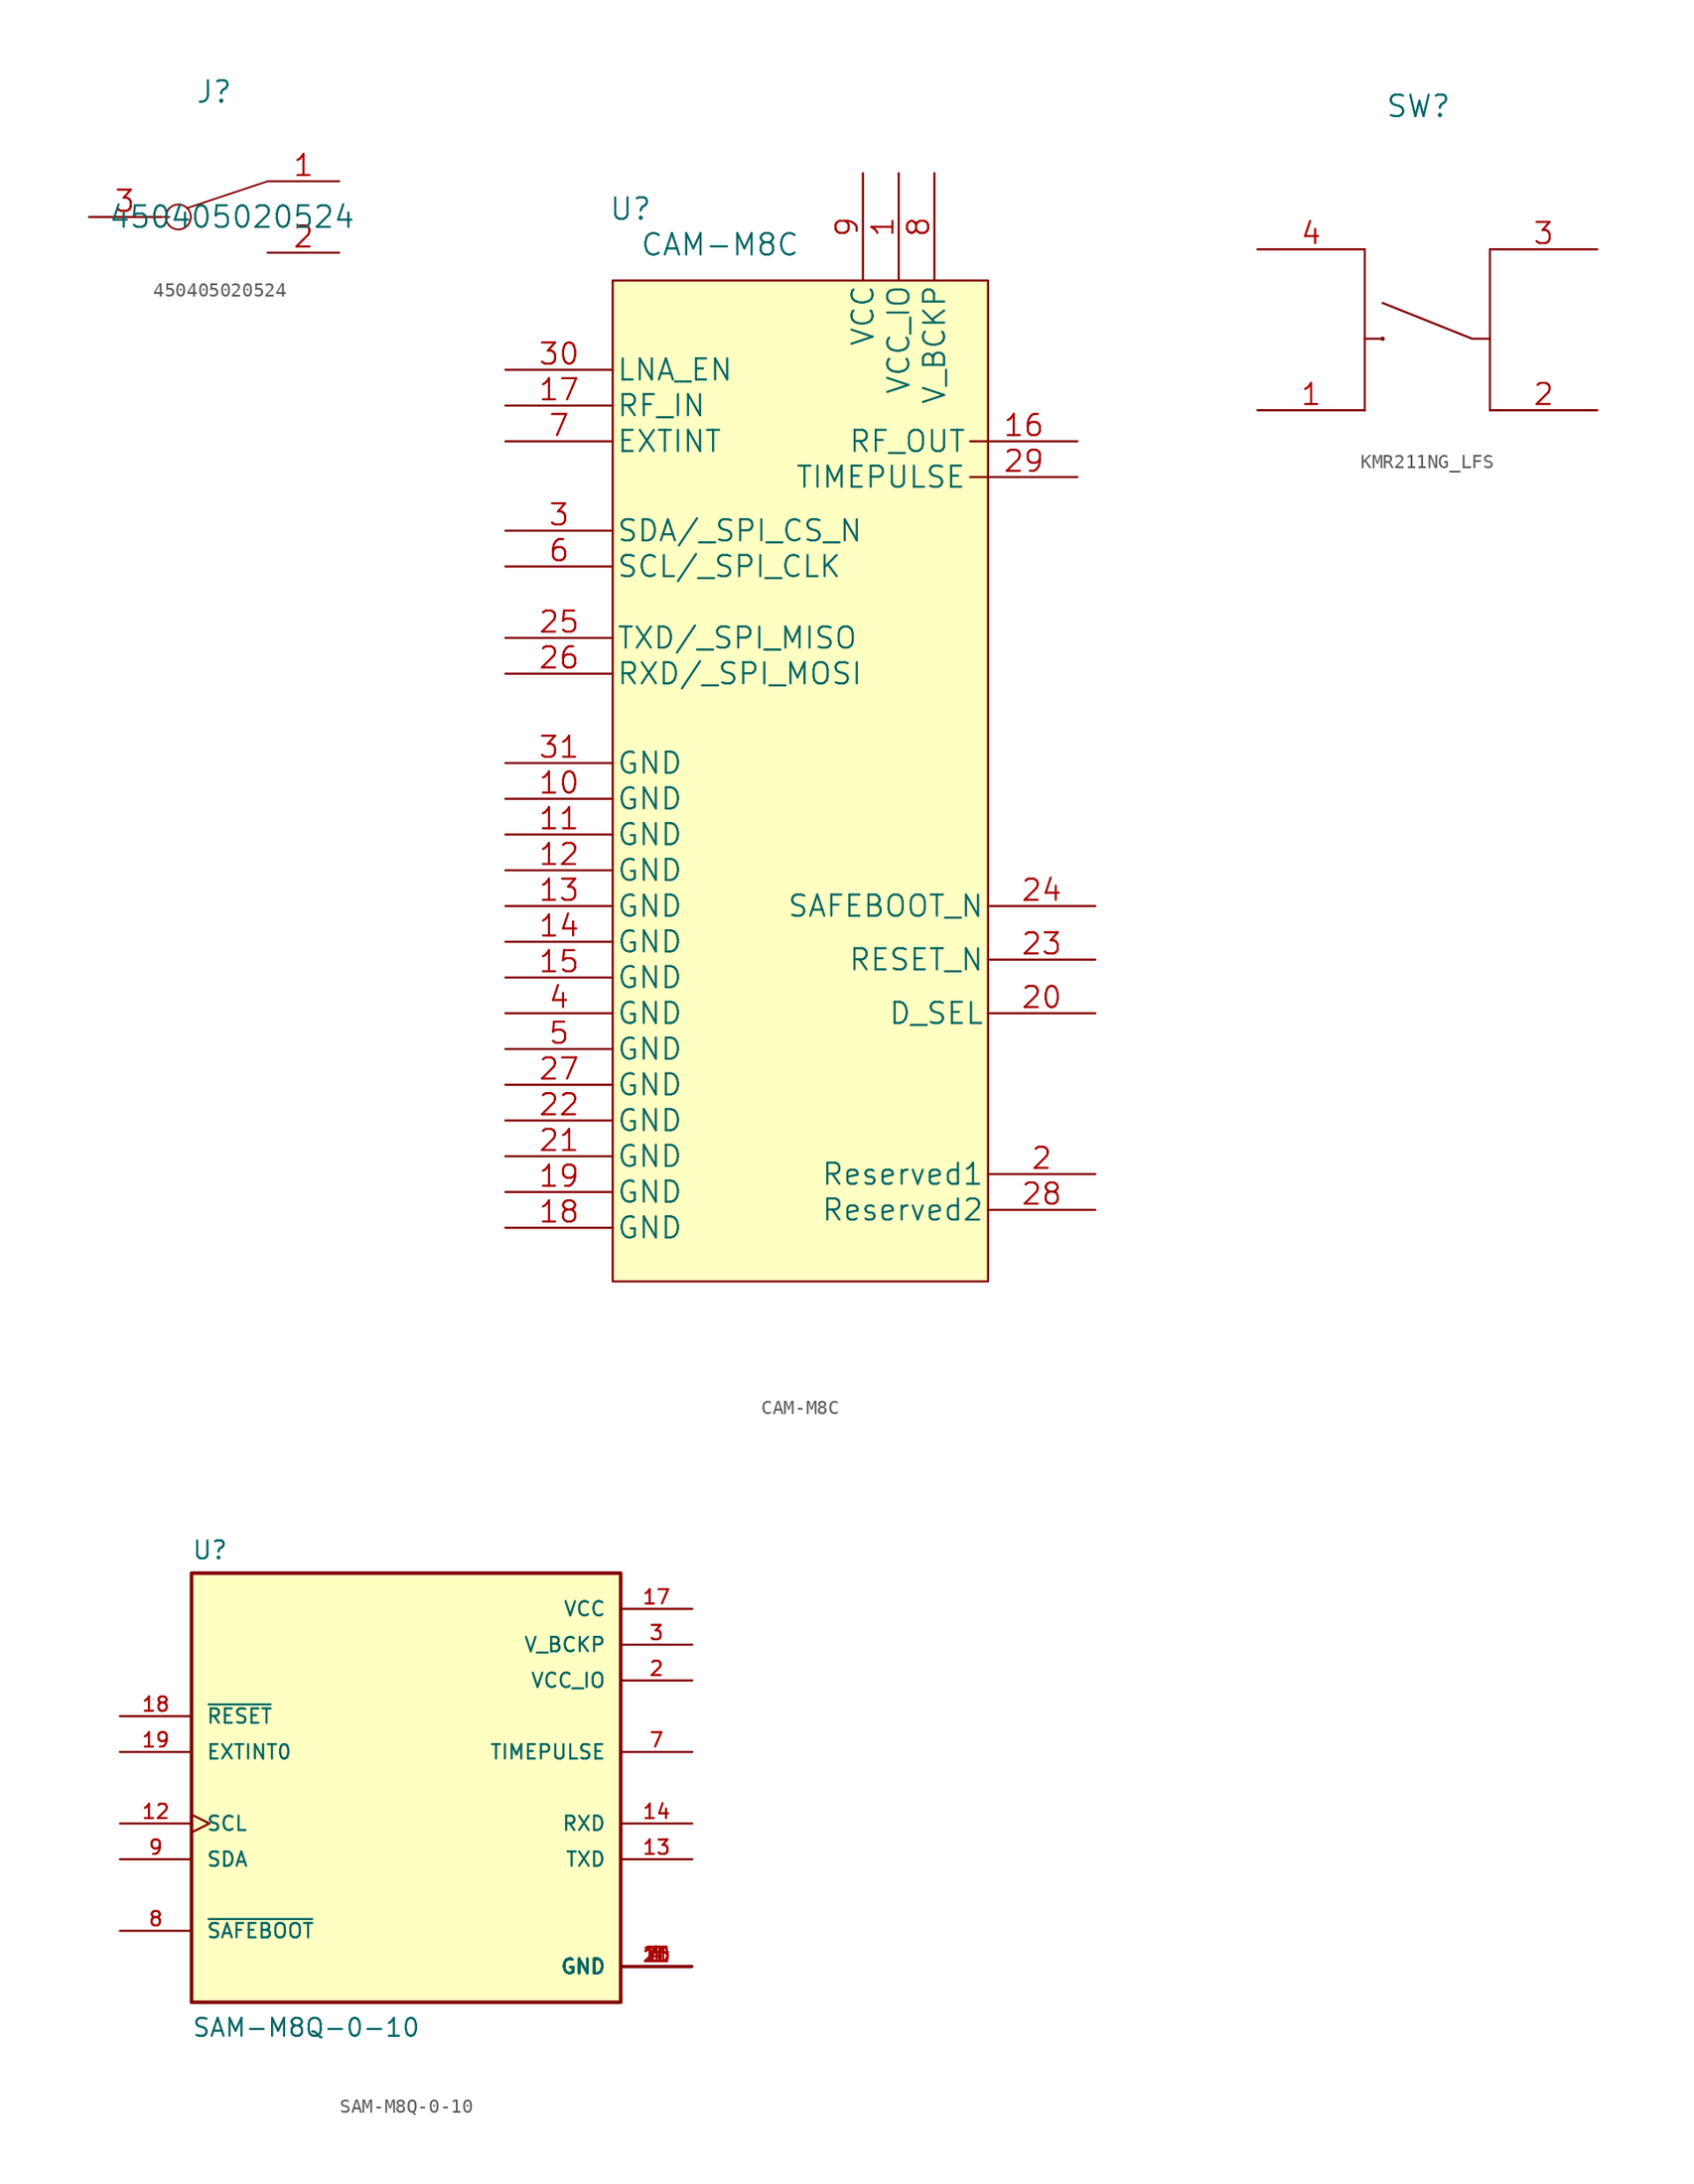
<source format=kicad_sym>
(kicad_symbol_lib
  (version 20220914)
  (generator kicad_symbol_editor)
  (symbol "450405020524"
    (pin_names
      (offset -0.254) hide)
    (property "Reference" "J"
      (at 8.89 8.89 0)
      (effects (font (size 1.524 1.524))))
    (property "Value" "450405020524"
      (at 10.16 0 0)
      (effects (font (size 1.524 1.524))))
    (property "Datasheet" ""
      (at 0 0 0)
      (effects (font (size 1.524 1.524))))
    (property "ki_locked" ""
      (at 0 0 0)
      (effects (font (size 1.27 1.27))))
    (symbol "450405020524_1_1"
      (polyline (pts (xy 5.08 0) (xy 5.715 0)) (stroke (width 0.127) (type default)) (fill (type none)))
      (polyline (pts (xy 6.985 0.635) (xy 12.7 2.54)) (stroke (width 0.127) (type default)) (fill (type none)))
      (circle (center 6.35 0) (radius 0.889) (stroke (width 0.127) (type default)) (fill (type none)))
      (pin unspecified line (at 17.78 2.54 180) (length 5.08) (name "1" (effects (font (size 1.499 1.499)))) (number "1" (effects (font (size 1.499 1.499)))))
      (pin unspecified line (at 17.78 -2.54 180) (length 5.08) (name "2" (effects (font (size 1.499 1.499)))) (number "2" (effects (font (size 1.499 1.499)))))
      (pin unspecified line (at 0 0 0) (length 5.08) (name "3" (effects (font (size 1.499 1.499)))) (number "3" (effects (font (size 1.499 1.499)))))))
  (symbol "CAM-M8C"
    (pin_names
      (offset 0.254))
    (property "Reference" "U"
      (at 1.27 5.08 0)
      (effects (font (size 1.524 1.524))))
    (property "Value" "CAM-M8C"
      (at 7.62 2.54 0)
      (effects (font (size 1.524 1.524))))
    (symbol "CAM-M8C_1_1"
      (rectangle (start 0 0) (end 26.67 -71.12) (stroke (width 0.152) (type default)) (fill (type background)))
      (pin power_in line (at 20.32 7.62 270) (length 7.62) (name "VCC_IO" (effects (font (size 1.499 1.499)))) (number "1" (effects (font (size 1.499 1.499)))))
      (pin power_in line (at -7.62 -36.83 0) (length 7.62) (name "GND" (effects (font (size 1.499 1.499)))) (number "10" (effects (font (size 1.499 1.499)))))
      (pin power_in line (at -7.62 -39.37 0) (length 7.62) (name "GND" (effects (font (size 1.499 1.499)))) (number "11" (effects (font (size 1.499 1.499)))))
      (pin power_in line (at -7.62 -41.91 0) (length 7.62) (name "GND" (effects (font (size 1.499 1.499)))) (number "12" (effects (font (size 1.499 1.499)))))
      (pin power_in line (at -7.62 -44.45 0) (length 7.62) (name "GND" (effects (font (size 1.499 1.499)))) (number "13" (effects (font (size 1.499 1.499)))))
      (pin power_in line (at -7.62 -46.99 0) (length 7.62) (name "GND" (effects (font (size 1.499 1.499)))) (number "14" (effects (font (size 1.499 1.499)))))
      (pin power_in line (at -7.62 -49.53 0) (length 7.62) (name "GND" (effects (font (size 1.499 1.499)))) (number "15" (effects (font (size 1.499 1.499)))))
      (pin output line (at 33.02 -11.43 180) (length 7.62) (name "RF_OUT" (effects (font (size 1.499 1.499)))) (number "16" (effects (font (size 1.499 1.499)))))
      (pin input line (at -7.62 -8.89 0) (length 7.62) (name "RF_IN" (effects (font (size 1.499 1.499)))) (number "17" (effects (font (size 1.499 1.499)))))
      (pin power_in line (at -7.62 -67.31 0) (length 7.62) (name "GND" (effects (font (size 1.499 1.499)))) (number "18" (effects (font (size 1.499 1.499)))))
      (pin power_in line (at -7.62 -64.77 0) (length 7.62) (name "GND" (effects (font (size 1.499 1.499)))) (number "19" (effects (font (size 1.499 1.499)))))
      (pin unspecified line (at 34.29 -63.5 180) (length 7.62) (name "Reserved1" (effects (font (size 1.499 1.499)))) (number "2" (effects (font (size 1.499 1.499)))))
      (pin unspecified line (at 34.29 -52.07 180) (length 7.62) (name "D_SEL" (effects (font (size 1.499 1.499)))) (number "20" (effects (font (size 1.499 1.499)))))
      (pin power_in line (at -7.62 -62.23 0) (length 7.62) (name "GND" (effects (font (size 1.499 1.499)))) (number "21" (effects (font (size 1.499 1.499)))))
      (pin power_in line (at -7.62 -59.69 0) (length 7.62) (name "GND" (effects (font (size 1.499 1.499)))) (number "22" (effects (font (size 1.499 1.499)))))
      (pin unspecified line (at 34.29 -48.26 180) (length 7.62) (name "RESET_N" (effects (font (size 1.499 1.499)))) (number "23" (effects (font (size 1.499 1.499)))))
      (pin unspecified line (at 34.29 -44.45 180) (length 7.62) (name "SAFEBOOT_N" (effects (font (size 1.499 1.499)))) (number "24" (effects (font (size 1.499 1.499)))))
      (pin output line (at -7.62 -25.4 0) (length 7.62) (name "TXD/_SPI_MISO" (effects (font (size 1.499 1.499)))) (number "25" (effects (font (size 1.499 1.499)))))
      (pin input line (at -7.62 -27.94 0) (length 7.62) (name "RXD/_SPI_MOSI" (effects (font (size 1.499 1.499)))) (number "26" (effects (font (size 1.499 1.499)))))
      (pin power_in line (at -7.62 -57.15 0) (length 7.62) (name "GND" (effects (font (size 1.499 1.499)))) (number "27" (effects (font (size 1.499 1.499)))))
      (pin unspecified line (at 34.29 -66.04 180) (length 7.62) (name "Reserved2" (effects (font (size 1.499 1.499)))) (number "28" (effects (font (size 1.499 1.499)))))
      (pin output line (at 33.02 -13.97 180) (length 7.62) (name "TIMEPULSE" (effects (font (size 1.499 1.499)))) (number "29" (effects (font (size 1.499 1.499)))))
      (pin bidirectional line (at -7.62 -17.78 0) (length 7.62) (name "SDA/_SPI_CS_N" (effects (font (size 1.499 1.499)))) (number "3" (effects (font (size 1.499 1.499)))))
      (pin unspecified line (at -7.62 -6.35 0) (length 7.62) (name "LNA_EN" (effects (font (size 1.499 1.499)))) (number "30" (effects (font (size 1.499 1.499)))))
      (pin power_in line (at -7.62 -34.29 0) (length 7.62) (name "GND" (effects (font (size 1.499 1.499)))) (number "31" (effects (font (size 1.499 1.499)))))
      (pin power_in line (at -7.62 -52.07 0) (length 7.62) (name "GND" (effects (font (size 1.499 1.499)))) (number "4" (effects (font (size 1.499 1.499)))))
      (pin power_in line (at -7.62 -54.61 0) (length 7.62) (name "GND" (effects (font (size 1.499 1.499)))) (number "5" (effects (font (size 1.499 1.499)))))
      (pin input line (at -7.62 -20.32 0) (length 7.62) (name "SCL/_SPI_CLK" (effects (font (size 1.499 1.499)))) (number "6" (effects (font (size 1.499 1.499)))))
      (pin input line (at -7.62 -11.43 0) (length 7.62) (name "EXTINT" (effects (font (size 1.499 1.499)))) (number "7" (effects (font (size 1.499 1.499)))))
      (pin power_in line (at 22.86 7.62 270) (length 7.62) (name "V_BCKP" (effects (font (size 1.499 1.499)))) (number "8" (effects (font (size 1.499 1.499)))))
      (pin power_in line (at 17.78 7.62 270) (length 7.62) (name "VCC" (effects (font (size 1.499 1.499)))) (number "9" (effects (font (size 1.499 1.499)))))))
  (symbol "KMR211NG_LFS"
    (pin_names
      (offset 0) hide)
    (property "Reference" "SW"
      (at -1.27 15.24 0)
      (effects (font (size 1.524 1.524))))
    (symbol "KMR211NG_LFS_0_1"
      (circle (center -3.81 -1.27) (radius 0.0001) (stroke (width 0.152) (type default)) (fill (type none)))
      (polyline (pts (xy -5.08 -1.27) (xy -3.81 -1.27)) (stroke (width 0.152) (type default)) (fill (type none)))
      (polyline (pts (xy -5.08 5.08) (xy -5.08 -6.35)) (stroke (width 0.152) (type default)) (fill (type none)))
      (polyline (pts (xy 3.81 5.08) (xy 3.81 -6.35)) (stroke (width 0) (type default)) (fill (type none)))
      (polyline (pts (xy 3.81 -1.27) (xy 2.54 -1.27) (xy -3.81 1.27)) (stroke (width 0.152) (type default)) (fill (type none))))
    (symbol "KMR211NG_LFS_1_1"
      (pin unspecified line (at -12.7 -6.35 0) (length 7.62) (name "1" (effects (font (size 1.499 1.499)))) (number "1" (effects (font (size 1.499 1.499)))))
      (pin unspecified line (at 11.43 -6.35 180) (length 7.62) (name "2" (effects (font (size 1.499 1.499)))) (number "2" (effects (font (size 1.499 1.499)))))
      (pin unspecified line (at 11.43 5.08 180) (length 7.62) (name "3" (effects (font (size 1.499 1.499)))) (number "3" (effects (font (size 1.499 1.499)))))
      (pin unspecified line (at -12.7 5.08 0) (length 7.62) (name "4" (effects (font (size 1.499 1.499)))) (number "4" (effects (font (size 1.499 1.499)))))))
  (symbol "SAM-M8Q-0-10"
    (pin_names
      (offset 1.016))
    (property "Reference" "U"
      (at -15.24 16.129 0)
      (effects (font (size 1.27 1.27)) (justify left bottom)))
    (property "Value" "SAM-M8Q-0-10"
      (at -15.24 -17.78 0)
      (effects (font (size 1.27 1.27)) (justify left bottom)))
    (property "ki_locked" ""
      (at 0 0 0)
      (effects (font (size 1.27 1.27))))
    (symbol "SAM-M8Q-0-10_0_0"
      (rectangle (start -15.24 -15.24) (end 15.24 15.24) (stroke (width 0.254) (type default)) (fill (type background)))
      (pin power_in line (at 20.32 -12.7 180) (length 5.08) (name "GND" (effects (font (size 1.016 1.016)))) (number "1" (effects (font (size 1.016 1.016)))))
      (pin power_in line (at 20.32 -12.7 180) (length 5.08) (name "GND" (effects (font (size 1.016 1.016)))) (number "10" (effects (font (size 1.016 1.016)))))
      (pin power_in line (at 20.32 -12.7 180) (length 5.08) (name "GND" (effects (font (size 1.016 1.016)))) (number "11" (effects (font (size 1.016 1.016)))))
      (pin input clock (at -20.32 -2.54 0) (length 5.08) (name "SCL" (effects (font (size 1.016 1.016)))) (number "12" (effects (font (size 1.016 1.016)))))
      (pin output line (at 20.32 -5.08 180) (length 5.08) (name "TXD" (effects (font (size 1.016 1.016)))) (number "13" (effects (font (size 1.016 1.016)))))
      (pin input line (at 20.32 -2.54 180) (length 5.08) (name "RXD" (effects (font (size 1.016 1.016)))) (number "14" (effects (font (size 1.016 1.016)))))
      (pin power_in line (at 20.32 -12.7 180) (length 5.08) (name "GND" (effects (font (size 1.016 1.016)))) (number "15" (effects (font (size 1.016 1.016)))))
      (pin power_in line (at 20.32 -12.7 180) (length 5.08) (name "GND" (effects (font (size 1.016 1.016)))) (number "16" (effects (font (size 1.016 1.016)))))
      (pin power_in line (at 20.32 12.7 180) (length 5.08) (name "VCC" (effects (font (size 1.016 1.016)))) (number "17" (effects (font (size 1.016 1.016)))))
      (pin input line (at -20.32 5.08 0) (length 5.08) (name "~{RESET}" (effects (font (size 1.016 1.016)))) (number "18" (effects (font (size 1.016 1.016)))))
      (pin input line (at -20.32 2.54 0) (length 5.08) (name "EXTINT0" (effects (font (size 1.016 1.016)))) (number "19" (effects (font (size 1.016 1.016)))))
      (pin power_in line (at 20.32 7.62 180) (length 5.08) (name "VCC_IO" (effects (font (size 1.016 1.016)))) (number "2" (effects (font (size 1.016 1.016)))))
      (pin power_in line (at 20.32 -12.7 180) (length 5.08) (name "GND" (effects (font (size 1.016 1.016)))) (number "20" (effects (font (size 1.016 1.016)))))
      (pin power_in line (at 20.32 10.16 180) (length 5.08) (name "V_BCKP" (effects (font (size 1.016 1.016)))) (number "3" (effects (font (size 1.016 1.016)))))
      (pin power_in line (at 20.32 -12.7 180) (length 5.08) (name "GND" (effects (font (size 1.016 1.016)))) (number "4" (effects (font (size 1.016 1.016)))))
      (pin power_in line (at 20.32 -12.7 180) (length 5.08) (name "GND" (effects (font (size 1.016 1.016)))) (number "5" (effects (font (size 1.016 1.016)))))
      (pin power_in line (at 20.32 -12.7 180) (length 5.08) (name "GND" (effects (font (size 1.016 1.016)))) (number "6" (effects (font (size 1.016 1.016)))))
      (pin output line (at 20.32 2.54 180) (length 5.08) (name "TIMEPULSE" (effects (font (size 1.016 1.016)))) (number "7" (effects (font (size 1.016 1.016)))))
      (pin input line (at -20.32 -10.16 0) (length 5.08) (name "~{SAFEBOOT}" (effects (font (size 1.016 1.016)))) (number "8" (effects (font (size 1.016 1.016)))))
      (pin bidirectional line (at -20.32 -5.08 0) (length 5.08) (name "SDA" (effects (font (size 1.016 1.016)))) (number "9" (effects (font (size 1.016 1.016))))))))
</source>
